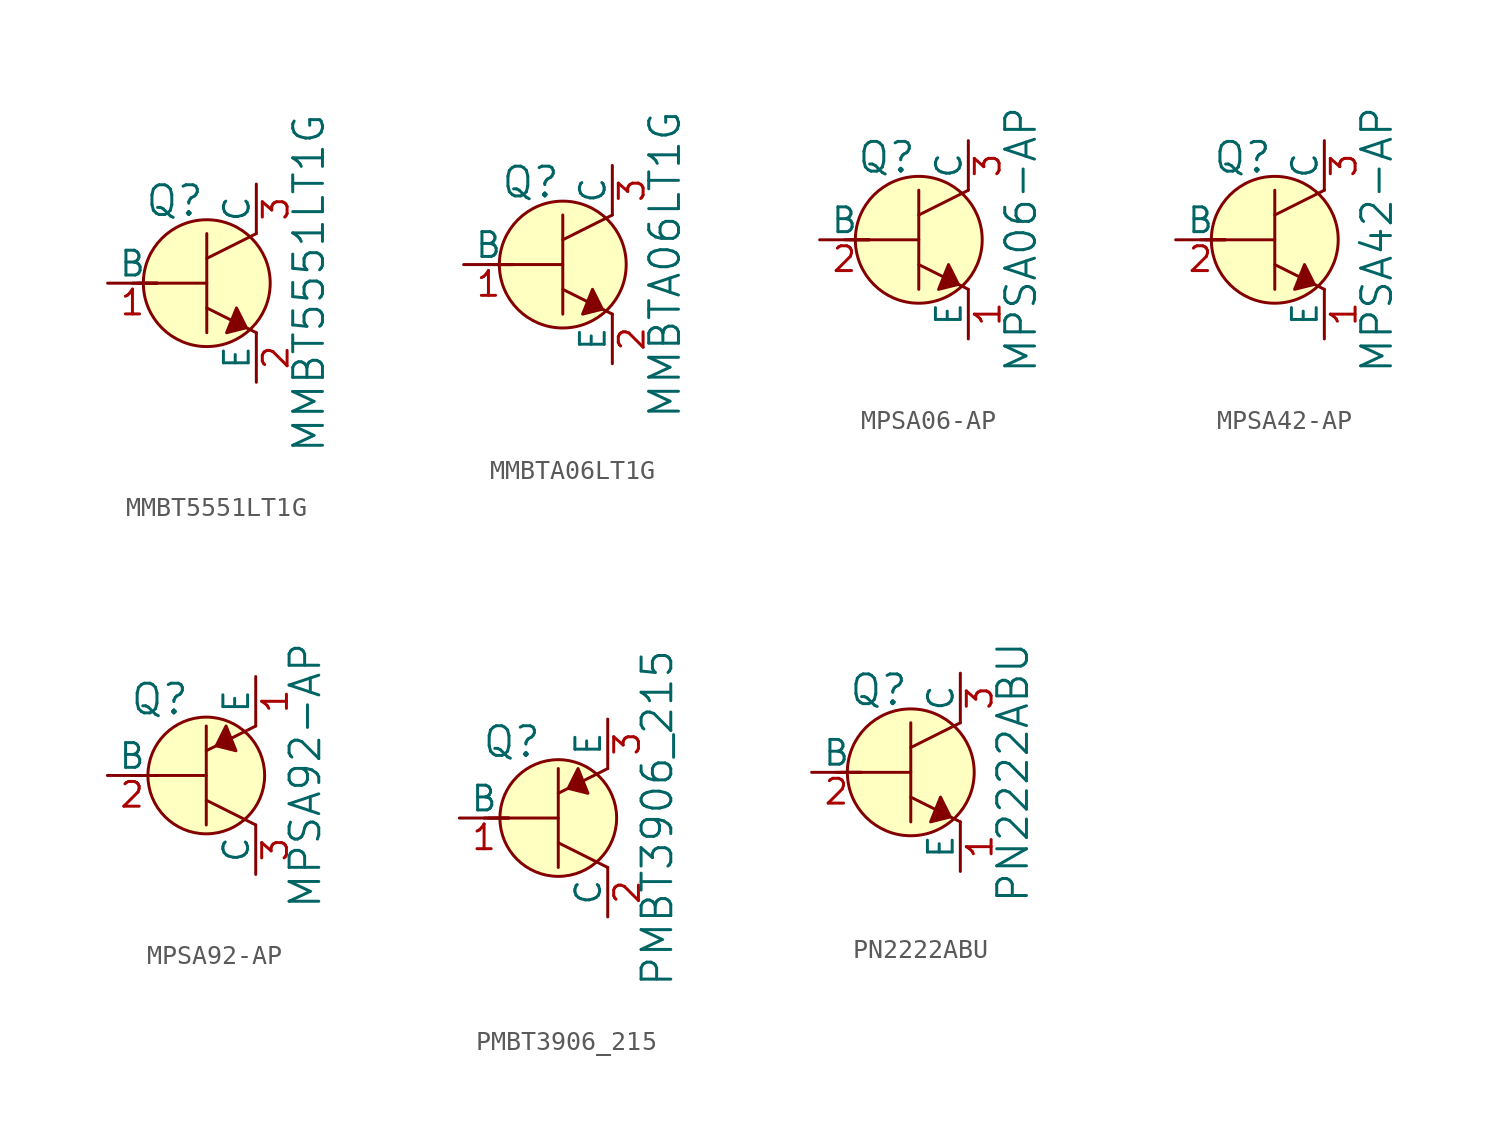
<source format=kicad_sym>
(kicad_symbol_lib
  (version 20231120)
  (generator "kicad_symbol_editor")
  (generator_version "8.0")
  (symbol "MMBT5551LT1G"
    (pin_names
      (offset 0))
    (property "Reference" "Q"
      (at -3.2 4.216 0)
      (effects (font (size 1.524 1.524)) (justify left)))
    (property "Value" "MMBT5551LT1G"
      (at 5.232 0 90)
      (effects (font (size 1.524 1.524))))
    (symbol "MMBT5551LT1G_0_1"
      (polyline (pts (xy -3.81 0) (xy -2.54 0)) (stroke (width 0) (type solid)) (fill (type none)))
      (polyline (pts (xy -3.556 0) (xy 0 0)) (stroke (width 0) (type solid)) (fill (type none)))
      (polyline (pts (xy 0 -1.27) (xy 2.54 -2.54)) (stroke (width 0) (type solid)) (fill (type none)))
      (polyline (pts (xy 0 1.27) (xy 2.54 2.54)) (stroke (width 0) (type solid)) (fill (type none)))
      (polyline (pts (xy 0 2.54) (xy 0 -2.54)) (stroke (width 0) (type solid)) (fill (type none)))
      (polyline (pts (xy 1.524 -1.27) (xy 2.032 -2.286) (xy 1.016 -2.54) (xy 1.524 -1.27)) (stroke (width 0) (type solid)) (fill (type outline)))
      (circle (center 0 0) (radius 3.251) (stroke (width 0) (type solid)) (fill (type background))))
    (symbol "MMBT5551LT1G_1_1"
      (pin input line (at -5.08 0 0) (length 2.54) (name "B" (effects (font (size 1.27 1.27)))) (number "1" (effects (font (size 1.27 1.27)))))
      (pin passive line (at 2.54 -5.08 90) (length 2.54) (name "E" (effects (font (size 1.27 1.27)))) (number "2" (effects (font (size 1.27 1.27)))))
      (pin passive line (at 2.54 5.08 270) (length 2.54) (name "C" (effects (font (size 1.27 1.27)))) (number "3" (effects (font (size 1.27 1.27)))))))
  (symbol "MMBTA06LT1G"
    (pin_names
      (offset 0))
    (property "Reference" "Q"
      (at -3.2 4.216 0)
      (effects (font (size 1.524 1.524)) (justify left)))
    (property "Value" "MMBTA06LT1G"
      (at 5.232 0 90)
      (effects (font (size 1.524 1.524))))
    (symbol "MMBTA06LT1G_0_1"
      (polyline (pts (xy -3.81 0) (xy -2.54 0)) (stroke (width 0) (type solid)) (fill (type none)))
      (polyline (pts (xy -3.556 0) (xy 0 0)) (stroke (width 0) (type solid)) (fill (type none)))
      (polyline (pts (xy 0 -1.27) (xy 2.54 -2.54)) (stroke (width 0) (type solid)) (fill (type none)))
      (polyline (pts (xy 0 1.27) (xy 2.54 2.54)) (stroke (width 0) (type solid)) (fill (type none)))
      (polyline (pts (xy 0 2.54) (xy 0 -2.54)) (stroke (width 0) (type solid)) (fill (type none)))
      (polyline (pts (xy 1.524 -1.27) (xy 2.032 -2.286) (xy 1.016 -2.54) (xy 1.524 -1.27)) (stroke (width 0) (type solid)) (fill (type outline)))
      (circle (center 0 0) (radius 3.251) (stroke (width 0) (type solid)) (fill (type background))))
    (symbol "MMBTA06LT1G_1_1"
      (pin input line (at -5.08 0 0) (length 2.54) (name "B" (effects (font (size 1.27 1.27)))) (number "1" (effects (font (size 1.27 1.27)))))
      (pin passive line (at 2.54 -5.08 90) (length 2.54) (name "E" (effects (font (size 1.27 1.27)))) (number "2" (effects (font (size 1.27 1.27)))))
      (pin passive line (at 2.54 5.08 270) (length 2.54) (name "C" (effects (font (size 1.27 1.27)))) (number "3" (effects (font (size 1.27 1.27)))))))
  (symbol "MPSA06-AP"
    (pin_names
      (offset 0))
    (property "Reference" "Q"
      (at -3.2 4.216 0)
      (effects (font (size 1.524 1.524)) (justify left)))
    (property "Value" "MPSA06-AP"
      (at 5.232 0 90)
      (effects (font (size 1.524 1.524))))
    (symbol "MPSA06-AP_0_1"
      (polyline (pts (xy -3.81 0) (xy -2.54 0)) (stroke (width 0) (type solid)) (fill (type none)))
      (polyline (pts (xy -3.556 0) (xy 0 0)) (stroke (width 0) (type solid)) (fill (type none)))
      (polyline (pts (xy 0 -1.27) (xy 2.54 -2.54)) (stroke (width 0) (type solid)) (fill (type none)))
      (polyline (pts (xy 0 1.27) (xy 2.54 2.54)) (stroke (width 0) (type solid)) (fill (type none)))
      (polyline (pts (xy 0 2.54) (xy 0 -2.54)) (stroke (width 0) (type solid)) (fill (type none)))
      (polyline (pts (xy 1.524 -1.27) (xy 2.032 -2.286) (xy 1.016 -2.54) (xy 1.524 -1.27)) (stroke (width 0) (type solid)) (fill (type outline)))
      (circle (center 0 0) (radius 3.251) (stroke (width 0) (type solid)) (fill (type background))))
    (symbol "MPSA06-AP_1_1"
      (pin passive line (at 2.54 -5.08 90) (length 2.54) (name "E" (effects (font (size 1.27 1.27)))) (number "1" (effects (font (size 1.27 1.27)))))
      (pin input line (at -5.08 0 0) (length 2.54) (name "B" (effects (font (size 1.27 1.27)))) (number "2" (effects (font (size 1.27 1.27)))))
      (pin passive line (at 2.54 5.08 270) (length 2.54) (name "C" (effects (font (size 1.27 1.27)))) (number "3" (effects (font (size 1.27 1.27)))))))
  (symbol "MPSA42-AP"
    (pin_names
      (offset 0))
    (property "Reference" "Q"
      (at -3.2 4.216 0)
      (effects (font (size 1.524 1.524)) (justify left)))
    (property "Value" "MPSA42-AP"
      (at 5.232 0 90)
      (effects (font (size 1.524 1.524))))
    (symbol "MPSA42-AP_0_1"
      (polyline (pts (xy -3.81 0) (xy -2.54 0)) (stroke (width 0) (type solid)) (fill (type none)))
      (polyline (pts (xy -3.556 0) (xy 0 0)) (stroke (width 0) (type solid)) (fill (type none)))
      (polyline (pts (xy 0 -1.27) (xy 2.54 -2.54)) (stroke (width 0) (type solid)) (fill (type none)))
      (polyline (pts (xy 0 1.27) (xy 2.54 2.54)) (stroke (width 0) (type solid)) (fill (type none)))
      (polyline (pts (xy 0 2.54) (xy 0 -2.54)) (stroke (width 0) (type solid)) (fill (type none)))
      (polyline (pts (xy 1.524 -1.27) (xy 2.032 -2.286) (xy 1.016 -2.54) (xy 1.524 -1.27)) (stroke (width 0) (type solid)) (fill (type outline)))
      (circle (center 0 0) (radius 3.251) (stroke (width 0) (type solid)) (fill (type background))))
    (symbol "MPSA42-AP_1_1"
      (pin passive line (at 2.54 -5.08 90) (length 2.54) (name "E" (effects (font (size 1.27 1.27)))) (number "1" (effects (font (size 1.27 1.27)))))
      (pin input line (at -5.08 0 0) (length 2.54) (name "B" (effects (font (size 1.27 1.27)))) (number "2" (effects (font (size 1.27 1.27)))))
      (pin passive line (at 2.54 5.08 270) (length 2.54) (name "C" (effects (font (size 1.27 1.27)))) (number "3" (effects (font (size 1.27 1.27)))))))
  (symbol "MPSA92-AP"
    (pin_names
      (offset 0))
    (property "Reference" "Q"
      (at -2.388 3.912 0)
      (effects (font (size 1.524 1.524))))
    (property "Value" "MPSA92-AP"
      (at 5.08 0 90)
      (effects (font (size 1.524 1.524))))
    (symbol "MPSA92-AP_0_1"
      (polyline (pts (xy -3.81 0) (xy -2.54 0)) (stroke (width 0) (type solid)) (fill (type none)))
      (polyline (pts (xy -3.556 0) (xy 0 0)) (stroke (width 0) (type solid)) (fill (type none)))
      (polyline (pts (xy 0 -1.27) (xy 2.54 -2.54)) (stroke (width 0) (type solid)) (fill (type none)))
      (polyline (pts (xy 0 1.27) (xy 2.54 2.54)) (stroke (width 0) (type solid)) (fill (type none)))
      (polyline (pts (xy 0 2.54) (xy 0 -2.54)) (stroke (width 0) (type solid)) (fill (type none)))
      (polyline (pts (xy 1.016 2.54) (xy 0.508 1.524) (xy 1.524 1.27) (xy 1.016 2.54)) (stroke (width 0) (type solid)) (fill (type outline)))
      (circle (center 0 0) (radius 2.997) (stroke (width 0) (type solid)) (fill (type background))))
    (symbol "MPSA92-AP_1_1"
      (pin passive line (at 2.54 5.08 270) (length 2.54) (name "E" (effects (font (size 1.27 1.27)))) (number "1" (effects (font (size 1.27 1.27)))))
      (pin input line (at -5.08 0 0) (length 2.54) (name "B" (effects (font (size 1.27 1.27)))) (number "2" (effects (font (size 1.27 1.27)))))
      (pin passive line (at 2.54 -5.08 90) (length 2.54) (name "C" (effects (font (size 1.27 1.27)))) (number "3" (effects (font (size 1.27 1.27)))))))
  (symbol "PMBT3906_215"
    (pin_names
      (offset 0))
    (property "Reference" "Q"
      (at -2.388 3.912 0)
      (effects (font (size 1.524 1.524))))
    (property "Value" "PMBT3906_215"
      (at 5.08 0 90)
      (effects (font (size 1.524 1.524))))
    (symbol "PMBT3906_215_0_1"
      (polyline (pts (xy -3.81 0) (xy -2.54 0)) (stroke (width 0) (type solid)) (fill (type none)))
      (polyline (pts (xy -3.556 0) (xy 0 0)) (stroke (width 0) (type solid)) (fill (type none)))
      (polyline (pts (xy 0 -1.27) (xy 2.54 -2.54)) (stroke (width 0) (type solid)) (fill (type none)))
      (polyline (pts (xy 0 1.27) (xy 2.54 2.54)) (stroke (width 0) (type solid)) (fill (type none)))
      (polyline (pts (xy 0 2.54) (xy 0 -2.54)) (stroke (width 0) (type solid)) (fill (type none)))
      (polyline (pts (xy 1.016 2.54) (xy 0.508 1.524) (xy 1.524 1.27) (xy 1.016 2.54)) (stroke (width 0) (type solid)) (fill (type outline)))
      (circle (center 0 0) (radius 2.997) (stroke (width 0) (type solid)) (fill (type background))))
    (symbol "PMBT3906_215_1_1"
      (pin input line (at -5.08 0 0) (length 2.54) (name "B" (effects (font (size 1.27 1.27)))) (number "1" (effects (font (size 1.27 1.27)))))
      (pin passive line (at 2.54 -5.08 90) (length 2.54) (name "C" (effects (font (size 1.27 1.27)))) (number "2" (effects (font (size 1.27 1.27)))))
      (pin passive line (at 2.54 5.08 270) (length 2.54) (name "E" (effects (font (size 1.27 1.27)))) (number "3" (effects (font (size 1.27 1.27)))))))
  (symbol "PN2222ABU"
    (pin_names
      (offset 0))
    (property "Reference" "Q"
      (at -3.2 4.216 0)
      (effects (font (size 1.524 1.524)) (justify left)))
    (property "Value" "PN2222ABU"
      (at 5.232 0 90)
      (effects (font (size 1.524 1.524))))
    (symbol "PN2222ABU_0_1"
      (polyline (pts (xy -3.81 0) (xy -2.54 0)) (stroke (width 0) (type solid)) (fill (type none)))
      (polyline (pts (xy -3.556 0) (xy 0 0)) (stroke (width 0) (type solid)) (fill (type none)))
      (polyline (pts (xy 0 -1.27) (xy 2.54 -2.54)) (stroke (width 0) (type solid)) (fill (type none)))
      (polyline (pts (xy 0 1.27) (xy 2.54 2.54)) (stroke (width 0) (type solid)) (fill (type none)))
      (polyline (pts (xy 0 2.54) (xy 0 -2.54)) (stroke (width 0) (type solid)) (fill (type none)))
      (polyline (pts (xy 1.524 -1.27) (xy 2.032 -2.286) (xy 1.016 -2.54) (xy 1.524 -1.27)) (stroke (width 0) (type solid)) (fill (type outline)))
      (circle (center 0 0) (radius 3.251) (stroke (width 0) (type solid)) (fill (type background))))
    (symbol "PN2222ABU_1_1"
      (pin passive line (at 2.54 -5.08 90) (length 2.54) (name "E" (effects (font (size 1.27 1.27)))) (number "1" (effects (font (size 1.27 1.27)))))
      (pin input line (at -5.08 0 0) (length 2.54) (name "B" (effects (font (size 1.27 1.27)))) (number "2" (effects (font (size 1.27 1.27)))))
      (pin passive line (at 2.54 5.08 270) (length 2.54) (name "C" (effects (font (size 1.27 1.27)))) (number "3" (effects (font (size 1.27 1.27))))))))
</source>
